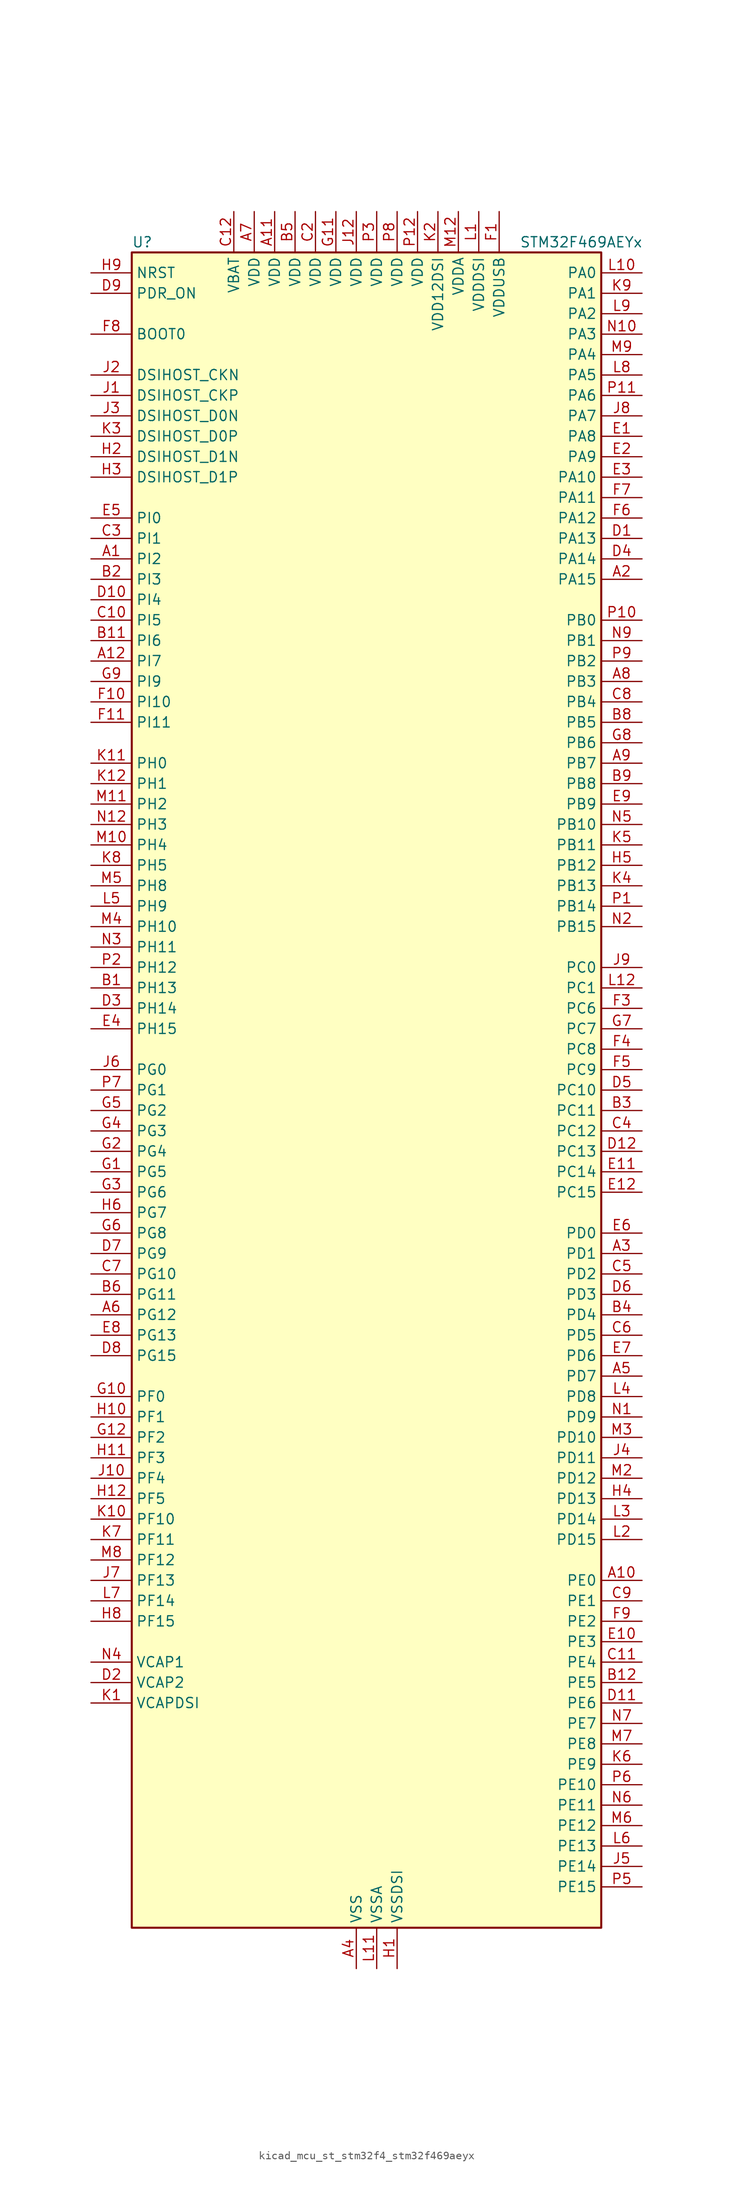
<source format=kicad_sym>
(kicad_symbol_lib
  (version 20220914)
  (generator kicad_symbol_editor)
  (symbol "kicad_mcu_st_stm32f4_stm32f469aeyx"
    (property "Reference" "U"
      (at -27.94 105.41 0)
      (effects (font (size 1.27 1.27)) (justify left)))
    (property "Value" "STM32F469AEYx"
      (at 20.32 105.41 0)
      (effects (font (size 1.27 1.27)) (justify left)))
    (property "ki_locked" ""
      (at 0 0 0)
      (effects (font (size 1.27 1.27))))
    (symbol "kicad_mcu_st_stm32f4_stm32f469aeyx_0_1"
      (rectangle (start -27.94 -104.14) (end 30.48 104.14) (stroke (width 0.254) (type default)) (fill (type background))))
    (symbol "kicad_mcu_st_stm32f4_stm32f469aeyx_1_1"
      (pin bidirectional line (at -33.02 66.04 0) (length 5.08) (name "PI2" (effects (font (size 1.27 1.27)))) (number "A1" (effects (font (size 1.27 1.27)))) (alternate "DCMI_D9" bidirectional line) (alternate "FMC_D26" bidirectional line) (alternate "I2S2_ext_SD" bidirectional line) (alternate "LTDC_G7" bidirectional line) (alternate "SPI2_MISO" bidirectional line) (alternate "TIM8_CH4" bidirectional line))
      (pin bidirectional line (at 35.56 -60.96 180) (length 5.08) (name "PE0" (effects (font (size 1.27 1.27)))) (number "A10" (effects (font (size 1.27 1.27)))) (alternate "DCMI_D2" bidirectional line) (alternate "FMC_NBL0" bidirectional line) (alternate "TIM4_ETR" bidirectional line) (alternate "UART8_RX" bidirectional line))
      (pin power_in line (at -10.16 109.22 270) (length 5.08) (name "VDD" (effects (font (size 1.27 1.27)))) (number "A11" (effects (font (size 1.27 1.27)))))
      (pin bidirectional line (at -33.02 53.34 0) (length 5.08) (name "PI7" (effects (font (size 1.27 1.27)))) (number "A12" (effects (font (size 1.27 1.27)))) (alternate "DCMI_D7" bidirectional line) (alternate "FMC_D29" bidirectional line) (alternate "LTDC_B7" bidirectional line) (alternate "TIM8_CH3" bidirectional line))
      (pin bidirectional line (at 35.56 63.5 180) (length 5.08) (name "PA15" (effects (font (size 1.27 1.27)))) (number "A2" (effects (font (size 1.27 1.27)))) (alternate "ADC1_EXTI15" bidirectional line) (alternate "ADC2_EXTI15" bidirectional line) (alternate "ADC3_EXTI15" bidirectional line) (alternate "I2S3_WS" bidirectional line) (alternate "SPI1_NSS" bidirectional line) (alternate "SPI3_NSS" bidirectional line) (alternate "SYS_JTDI" bidirectional line) (alternate "TIM2_CH1" bidirectional line) (alternate "TIM2_ETR" bidirectional line))
      (pin bidirectional line (at 35.56 -20.32 180) (length 5.08) (name "PD1" (effects (font (size 1.27 1.27)))) (number "A3" (effects (font (size 1.27 1.27)))) (alternate "CAN1_TX" bidirectional line) (alternate "FMC_D3" bidirectional line) (alternate "FMC_DA3" bidirectional line))
      (pin power_in line (at 0 -109.22 90) (length 5.08) (name "VSS" (effects (font (size 1.27 1.27)))) (number "A4" (effects (font (size 1.27 1.27)))))
      (pin bidirectional line (at 35.56 -35.56 180) (length 5.08) (name "PD7" (effects (font (size 1.27 1.27)))) (number "A5" (effects (font (size 1.27 1.27)))) (alternate "FMC_NE1" bidirectional line) (alternate "USART2_CK" bidirectional line))
      (pin bidirectional line (at -33.02 -27.94 0) (length 5.08) (name "PG12" (effects (font (size 1.27 1.27)))) (number "A6" (effects (font (size 1.27 1.27)))) (alternate "FMC_NE4" bidirectional line) (alternate "LTDC_B1" bidirectional line) (alternate "LTDC_B4" bidirectional line) (alternate "SPI6_MISO" bidirectional line) (alternate "USART6_RTS" bidirectional line))
      (pin power_in line (at -12.7 109.22 270) (length 5.08) (name "VDD" (effects (font (size 1.27 1.27)))) (number "A7" (effects (font (size 1.27 1.27)))))
      (pin bidirectional line (at 35.56 50.8 180) (length 5.08) (name "PB3" (effects (font (size 1.27 1.27)))) (number "A8" (effects (font (size 1.27 1.27)))) (alternate "I2S3_CK" bidirectional line) (alternate "SPI1_SCK" bidirectional line) (alternate "SPI3_SCK" bidirectional line) (alternate "SYS_JTDO-SWO" bidirectional line) (alternate "TIM2_CH2" bidirectional line))
      (pin bidirectional line (at 35.56 40.64 180) (length 5.08) (name "PB7" (effects (font (size 1.27 1.27)))) (number "A9" (effects (font (size 1.27 1.27)))) (alternate "DCMI_VSYNC" bidirectional line) (alternate "FMC_NL" bidirectional line) (alternate "I2C1_SDA" bidirectional line) (alternate "TIM4_CH2" bidirectional line) (alternate "USART1_RX" bidirectional line))
      (pin bidirectional line (at -33.02 12.7 0) (length 5.08) (name "PH13" (effects (font (size 1.27 1.27)))) (number "B1" (effects (font (size 1.27 1.27)))) (alternate "CAN1_TX" bidirectional line) (alternate "FMC_D21" bidirectional line) (alternate "LTDC_G2" bidirectional line) (alternate "TIM8_CH1N" bidirectional line))
      (pin passive line (at 0 -109.22 90) (length 5.08) hide (name "VSS" (effects (font (size 1.27 1.27)))) (number "B10" (effects (font (size 1.27 1.27)))))
      (pin bidirectional line (at -33.02 55.88 0) (length 5.08) (name "PI6" (effects (font (size 1.27 1.27)))) (number "B11" (effects (font (size 1.27 1.27)))) (alternate "DCMI_D6" bidirectional line) (alternate "FMC_D28" bidirectional line) (alternate "LTDC_B6" bidirectional line) (alternate "TIM8_CH2" bidirectional line))
      (pin bidirectional line (at 35.56 -73.66 180) (length 5.08) (name "PE5" (effects (font (size 1.27 1.27)))) (number "B12" (effects (font (size 1.27 1.27)))) (alternate "DCMI_D6" bidirectional line) (alternate "FMC_A21" bidirectional line) (alternate "LTDC_G0" bidirectional line) (alternate "SAI1_SCK_A" bidirectional line) (alternate "SPI4_MISO" bidirectional line) (alternate "SYS_TRACED2" bidirectional line) (alternate "TIM9_CH1" bidirectional line))
      (pin bidirectional line (at -33.02 63.5 0) (length 5.08) (name "PI3" (effects (font (size 1.27 1.27)))) (number "B2" (effects (font (size 1.27 1.27)))) (alternate "DCMI_D10" bidirectional line) (alternate "FMC_D27" bidirectional line) (alternate "I2S2_SD" bidirectional line) (alternate "SPI2_MOSI" bidirectional line) (alternate "TIM8_ETR" bidirectional line))
      (pin bidirectional line (at 35.56 -2.54 180) (length 5.08) (name "PC11" (effects (font (size 1.27 1.27)))) (number "B3" (effects (font (size 1.27 1.27)))) (alternate "ADC1_EXTI11" bidirectional line) (alternate "ADC2_EXTI11" bidirectional line) (alternate "ADC3_EXTI11" bidirectional line) (alternate "DCMI_D4" bidirectional line) (alternate "I2S3_ext_SD" bidirectional line) (alternate "QUADSPI_BK2_NCS" bidirectional line) (alternate "SDIO_D3" bidirectional line) (alternate "SPI3_MISO" bidirectional line) (alternate "UART4_RX" bidirectional line) (alternate "USART3_RX" bidirectional line))
      (pin bidirectional line (at 35.56 -27.94 180) (length 5.08) (name "PD4" (effects (font (size 1.27 1.27)))) (number "B4" (effects (font (size 1.27 1.27)))) (alternate "FMC_NOE" bidirectional line) (alternate "USART2_RTS" bidirectional line))
      (pin power_in line (at -7.62 109.22 270) (length 5.08) (name "VDD" (effects (font (size 1.27 1.27)))) (number "B5" (effects (font (size 1.27 1.27)))))
      (pin bidirectional line (at -33.02 -25.4 0) (length 5.08) (name "PG11" (effects (font (size 1.27 1.27)))) (number "B6" (effects (font (size 1.27 1.27)))) (alternate "ADC1_EXTI11" bidirectional line) (alternate "ADC2_EXTI11" bidirectional line) (alternate "ADC3_EXTI11" bidirectional line) (alternate "DCMI_D3" bidirectional line) (alternate "LTDC_B3" bidirectional line))
      (pin passive line (at 0 -109.22 90) (length 5.08) hide (name "VSS" (effects (font (size 1.27 1.27)))) (number "B7" (effects (font (size 1.27 1.27)))))
      (pin bidirectional line (at 35.56 45.72 180) (length 5.08) (name "PB5" (effects (font (size 1.27 1.27)))) (number "B8" (effects (font (size 1.27 1.27)))) (alternate "CAN2_RX" bidirectional line) (alternate "DCMI_D10" bidirectional line) (alternate "FMC_SDCKE1" bidirectional line) (alternate "I2C1_SMBA" bidirectional line) (alternate "I2S3_SD" bidirectional line) (alternate "LTDC_G7" bidirectional line) (alternate "SPI1_MOSI" bidirectional line) (alternate "SPI3_MOSI" bidirectional line) (alternate "TIM3_CH2" bidirectional line) (alternate "USB_OTG_HS_ULPI_D7" bidirectional line))
      (pin bidirectional line (at 35.56 38.1 180) (length 5.08) (name "PB8" (effects (font (size 1.27 1.27)))) (number "B9" (effects (font (size 1.27 1.27)))) (alternate "CAN1_RX" bidirectional line) (alternate "DCMI_D6" bidirectional line) (alternate "I2C1_SCL" bidirectional line) (alternate "LTDC_B6" bidirectional line) (alternate "SDIO_D4" bidirectional line) (alternate "TIM10_CH1" bidirectional line) (alternate "TIM4_CH3" bidirectional line))
      (pin passive line (at 0 -109.22 90) (length 5.08) hide (name "VSS" (effects (font (size 1.27 1.27)))) (number "C1" (effects (font (size 1.27 1.27)))))
      (pin bidirectional line (at -33.02 58.42 0) (length 5.08) (name "PI5" (effects (font (size 1.27 1.27)))) (number "C10" (effects (font (size 1.27 1.27)))) (alternate "DCMI_VSYNC" bidirectional line) (alternate "FMC_NBL3" bidirectional line) (alternate "LTDC_B5" bidirectional line) (alternate "TIM8_CH1" bidirectional line))
      (pin bidirectional line (at 35.56 -71.12 180) (length 5.08) (name "PE4" (effects (font (size 1.27 1.27)))) (number "C11" (effects (font (size 1.27 1.27)))) (alternate "DCMI_D4" bidirectional line) (alternate "FMC_A20" bidirectional line) (alternate "LTDC_B0" bidirectional line) (alternate "SAI1_FS_A" bidirectional line) (alternate "SPI4_NSS" bidirectional line) (alternate "SYS_TRACED1" bidirectional line))
      (pin power_in line (at -15.24 109.22 270) (length 5.08) (name "VBAT" (effects (font (size 1.27 1.27)))) (number "C12" (effects (font (size 1.27 1.27)))))
      (pin power_in line (at -5.08 109.22 270) (length 5.08) (name "VDD" (effects (font (size 1.27 1.27)))) (number "C2" (effects (font (size 1.27 1.27)))))
      (pin bidirectional line (at -33.02 68.58 0) (length 5.08) (name "PI1" (effects (font (size 1.27 1.27)))) (number "C3" (effects (font (size 1.27 1.27)))) (alternate "DCMI_D8" bidirectional line) (alternate "FMC_D25" bidirectional line) (alternate "I2S2_CK" bidirectional line) (alternate "LTDC_G6" bidirectional line) (alternate "SPI2_SCK" bidirectional line))
      (pin bidirectional line (at 35.56 -5.08 180) (length 5.08) (name "PC12" (effects (font (size 1.27 1.27)))) (number "C4" (effects (font (size 1.27 1.27)))) (alternate "DCMI_D9" bidirectional line) (alternate "I2S3_SD" bidirectional line) (alternate "SDIO_CK" bidirectional line) (alternate "SPI3_MOSI" bidirectional line) (alternate "SYS_TRACED3" bidirectional line) (alternate "UART5_TX" bidirectional line) (alternate "USART3_CK" bidirectional line))
      (pin bidirectional line (at 35.56 -22.86 180) (length 5.08) (name "PD2" (effects (font (size 1.27 1.27)))) (number "C5" (effects (font (size 1.27 1.27)))) (alternate "DCMI_D11" bidirectional line) (alternate "SDIO_CMD" bidirectional line) (alternate "SYS_TRACED2" bidirectional line) (alternate "TIM3_ETR" bidirectional line) (alternate "UART5_RX" bidirectional line))
      (pin bidirectional line (at 35.56 -30.48 180) (length 5.08) (name "PD5" (effects (font (size 1.27 1.27)))) (number "C6" (effects (font (size 1.27 1.27)))) (alternate "FMC_NWE" bidirectional line) (alternate "USART2_TX" bidirectional line))
      (pin bidirectional line (at -33.02 -22.86 0) (length 5.08) (name "PG10" (effects (font (size 1.27 1.27)))) (number "C7" (effects (font (size 1.27 1.27)))) (alternate "DCMI_D2" bidirectional line) (alternate "FMC_NE3" bidirectional line) (alternate "LTDC_B2" bidirectional line) (alternate "LTDC_G3" bidirectional line))
      (pin bidirectional line (at 35.56 48.26 180) (length 5.08) (name "PB4" (effects (font (size 1.27 1.27)))) (number "C8" (effects (font (size 1.27 1.27)))) (alternate "I2S3_ext_SD" bidirectional line) (alternate "SPI1_MISO" bidirectional line) (alternate "SPI3_MISO" bidirectional line) (alternate "SYS_JTRST" bidirectional line) (alternate "TIM3_CH1" bidirectional line))
      (pin bidirectional line (at 35.56 -63.5 180) (length 5.08) (name "PE1" (effects (font (size 1.27 1.27)))) (number "C9" (effects (font (size 1.27 1.27)))) (alternate "DCMI_D3" bidirectional line) (alternate "FMC_NBL1" bidirectional line) (alternate "UART8_TX" bidirectional line))
      (pin bidirectional line (at 35.56 68.58 180) (length 5.08) (name "PA13" (effects (font (size 1.27 1.27)))) (number "D1" (effects (font (size 1.27 1.27)))) (alternate "SYS_JTMS-SWDIO" bidirectional line))
      (pin bidirectional line (at -33.02 60.96 0) (length 5.08) (name "PI4" (effects (font (size 1.27 1.27)))) (number "D10" (effects (font (size 1.27 1.27)))) (alternate "DCMI_D5" bidirectional line) (alternate "FMC_NBL2" bidirectional line) (alternate "LTDC_B4" bidirectional line) (alternate "TIM8_BKIN" bidirectional line))
      (pin bidirectional line (at 35.56 -76.2 180) (length 5.08) (name "PE6" (effects (font (size 1.27 1.27)))) (number "D11" (effects (font (size 1.27 1.27)))) (alternate "DCMI_D7" bidirectional line) (alternate "FMC_A22" bidirectional line) (alternate "LTDC_G1" bidirectional line) (alternate "SAI1_SD_A" bidirectional line) (alternate "SPI4_MOSI" bidirectional line) (alternate "SYS_TRACED3" bidirectional line) (alternate "TIM9_CH2" bidirectional line))
      (pin bidirectional line (at 35.56 -7.62 180) (length 5.08) (name "PC13" (effects (font (size 1.27 1.27)))) (number "D12" (effects (font (size 1.27 1.27)))) (alternate "RTC_AF1" bidirectional line))
      (pin power_out line (at -33.02 -73.66 0) (length 5.08) (name "VCAP2" (effects (font (size 1.27 1.27)))) (number "D2" (effects (font (size 1.27 1.27)))))
      (pin bidirectional line (at -33.02 10.16 0) (length 5.08) (name "PH14" (effects (font (size 1.27 1.27)))) (number "D3" (effects (font (size 1.27 1.27)))) (alternate "DCMI_D4" bidirectional line) (alternate "FMC_D22" bidirectional line) (alternate "LTDC_G3" bidirectional line) (alternate "TIM8_CH2N" bidirectional line))
      (pin bidirectional line (at 35.56 66.04 180) (length 5.08) (name "PA14" (effects (font (size 1.27 1.27)))) (number "D4" (effects (font (size 1.27 1.27)))) (alternate "SYS_JTCK-SWCLK" bidirectional line))
      (pin bidirectional line (at 35.56 0 180) (length 5.08) (name "PC10" (effects (font (size 1.27 1.27)))) (number "D5" (effects (font (size 1.27 1.27)))) (alternate "DCMI_D8" bidirectional line) (alternate "I2S3_CK" bidirectional line) (alternate "LTDC_R2" bidirectional line) (alternate "QUADSPI_BK1_IO1" bidirectional line) (alternate "SDIO_D2" bidirectional line) (alternate "SPI3_SCK" bidirectional line) (alternate "UART4_TX" bidirectional line) (alternate "USART3_TX" bidirectional line))
      (pin bidirectional line (at 35.56 -25.4 180) (length 5.08) (name "PD3" (effects (font (size 1.27 1.27)))) (number "D6" (effects (font (size 1.27 1.27)))) (alternate "DCMI_D5" bidirectional line) (alternate "FMC_CLK" bidirectional line) (alternate "I2S2_CK" bidirectional line) (alternate "LTDC_G7" bidirectional line) (alternate "SPI2_SCK" bidirectional line) (alternate "USART2_CTS" bidirectional line))
      (pin bidirectional line (at -33.02 -20.32 0) (length 5.08) (name "PG9" (effects (font (size 1.27 1.27)))) (number "D7" (effects (font (size 1.27 1.27)))) (alternate "DAC_EXTI9" bidirectional line) (alternate "DCMI_VSYNC" bidirectional line) (alternate "FMC_NCE" bidirectional line) (alternate "FMC_NE2" bidirectional line) (alternate "QUADSPI_BK2_IO2" bidirectional line) (alternate "USART6_RX" bidirectional line))
      (pin bidirectional line (at -33.02 -33.02 0) (length 5.08) (name "PG15" (effects (font (size 1.27 1.27)))) (number "D8" (effects (font (size 1.27 1.27)))) (alternate "ADC1_EXTI15" bidirectional line) (alternate "ADC2_EXTI15" bidirectional line) (alternate "ADC3_EXTI15" bidirectional line) (alternate "DCMI_D13" bidirectional line) (alternate "FMC_SDNCAS" bidirectional line) (alternate "USART6_CTS" bidirectional line))
      (pin input line (at -33.02 99.06 0) (length 5.08) (name "PDR_ON" (effects (font (size 1.27 1.27)))) (number "D9" (effects (font (size 1.27 1.27)))))
      (pin bidirectional line (at 35.56 81.28 180) (length 5.08) (name "PA8" (effects (font (size 1.27 1.27)))) (number "E1" (effects (font (size 1.27 1.27)))) (alternate "I2C3_SCL" bidirectional line) (alternate "LTDC_R6" bidirectional line) (alternate "RCC_MCO_1" bidirectional line) (alternate "TIM1_CH1" bidirectional line) (alternate "USART1_CK" bidirectional line) (alternate "USB_OTG_FS_SOF" bidirectional line))
      (pin bidirectional line (at 35.56 -68.58 180) (length 5.08) (name "PE3" (effects (font (size 1.27 1.27)))) (number "E10" (effects (font (size 1.27 1.27)))) (alternate "FMC_A19" bidirectional line) (alternate "SAI1_SD_B" bidirectional line) (alternate "SYS_TRACED0" bidirectional line))
      (pin bidirectional line (at 35.56 -10.16 180) (length 5.08) (name "PC14" (effects (font (size 1.27 1.27)))) (number "E11" (effects (font (size 1.27 1.27)))) (alternate "RCC_OSC32_IN" bidirectional line))
      (pin bidirectional line (at 35.56 -12.7 180) (length 5.08) (name "PC15" (effects (font (size 1.27 1.27)))) (number "E12" (effects (font (size 1.27 1.27)))) (alternate "ADC1_EXTI15" bidirectional line) (alternate "ADC2_EXTI15" bidirectional line) (alternate "ADC3_EXTI15" bidirectional line) (alternate "RCC_OSC32_OUT" bidirectional line))
      (pin bidirectional line (at 35.56 78.74 180) (length 5.08) (name "PA9" (effects (font (size 1.27 1.27)))) (number "E2" (effects (font (size 1.27 1.27)))) (alternate "DAC_EXTI9" bidirectional line) (alternate "DCMI_D0" bidirectional line) (alternate "I2C3_SMBA" bidirectional line) (alternate "I2S2_CK" bidirectional line) (alternate "SPI2_SCK" bidirectional line) (alternate "TIM1_CH2" bidirectional line) (alternate "USART1_TX" bidirectional line) (alternate "USB_OTG_FS_VBUS" bidirectional line))
      (pin bidirectional line (at 35.56 76.2 180) (length 5.08) (name "PA10" (effects (font (size 1.27 1.27)))) (number "E3" (effects (font (size 1.27 1.27)))) (alternate "DCMI_D1" bidirectional line) (alternate "TIM1_CH3" bidirectional line) (alternate "USART1_RX" bidirectional line) (alternate "USB_OTG_FS_ID" bidirectional line))
      (pin bidirectional line (at -33.02 7.62 0) (length 5.08) (name "PH15" (effects (font (size 1.27 1.27)))) (number "E4" (effects (font (size 1.27 1.27)))) (alternate "ADC1_EXTI15" bidirectional line) (alternate "ADC2_EXTI15" bidirectional line) (alternate "ADC3_EXTI15" bidirectional line) (alternate "DCMI_D11" bidirectional line) (alternate "FMC_D23" bidirectional line) (alternate "LTDC_G4" bidirectional line) (alternate "TIM8_CH3N" bidirectional line))
      (pin bidirectional line (at -33.02 71.12 0) (length 5.08) (name "PI0" (effects (font (size 1.27 1.27)))) (number "E5" (effects (font (size 1.27 1.27)))) (alternate "DCMI_D13" bidirectional line) (alternate "FMC_D24" bidirectional line) (alternate "I2S2_WS" bidirectional line) (alternate "LTDC_G5" bidirectional line) (alternate "SPI2_NSS" bidirectional line) (alternate "TIM5_CH4" bidirectional line))
      (pin bidirectional line (at 35.56 -17.78 180) (length 5.08) (name "PD0" (effects (font (size 1.27 1.27)))) (number "E6" (effects (font (size 1.27 1.27)))) (alternate "CAN1_RX" bidirectional line) (alternate "FMC_D2" bidirectional line) (alternate "FMC_DA2" bidirectional line))
      (pin bidirectional line (at 35.56 -33.02 180) (length 5.08) (name "PD6" (effects (font (size 1.27 1.27)))) (number "E7" (effects (font (size 1.27 1.27)))) (alternate "DCMI_D10" bidirectional line) (alternate "FMC_NWAIT" bidirectional line) (alternate "I2S3_SD" bidirectional line) (alternate "LTDC_B2" bidirectional line) (alternate "SAI1_SD_A" bidirectional line) (alternate "SPI3_MOSI" bidirectional line) (alternate "USART2_RX" bidirectional line))
      (pin bidirectional line (at -33.02 -30.48 0) (length 5.08) (name "PG13" (effects (font (size 1.27 1.27)))) (number "E8" (effects (font (size 1.27 1.27)))) (alternate "FMC_A24" bidirectional line) (alternate "LTDC_R0" bidirectional line) (alternate "SPI6_SCK" bidirectional line) (alternate "SYS_TRACED0" bidirectional line) (alternate "USART6_CTS" bidirectional line))
      (pin bidirectional line (at 35.56 35.56 180) (length 5.08) (name "PB9" (effects (font (size 1.27 1.27)))) (number "E9" (effects (font (size 1.27 1.27)))) (alternate "CAN1_TX" bidirectional line) (alternate "DAC_EXTI9" bidirectional line) (alternate "DCMI_D7" bidirectional line) (alternate "I2C1_SDA" bidirectional line) (alternate "I2S2_WS" bidirectional line) (alternate "LTDC_B7" bidirectional line) (alternate "SDIO_D5" bidirectional line) (alternate "SPI2_NSS" bidirectional line) (alternate "TIM11_CH1" bidirectional line) (alternate "TIM4_CH4" bidirectional line))
      (pin power_in line (at 17.78 109.22 270) (length 5.08) (name "VDDUSB" (effects (font (size 1.27 1.27)))) (number "F1" (effects (font (size 1.27 1.27)))))
      (pin bidirectional line (at -33.02 48.26 0) (length 5.08) (name "PI10" (effects (font (size 1.27 1.27)))) (number "F10" (effects (font (size 1.27 1.27)))) (alternate "FMC_D31" bidirectional line) (alternate "LTDC_HSYNC" bidirectional line))
      (pin bidirectional line (at -33.02 45.72 0) (length 5.08) (name "PI11" (effects (font (size 1.27 1.27)))) (number "F11" (effects (font (size 1.27 1.27)))) (alternate "ADC1_EXTI11" bidirectional line) (alternate "ADC2_EXTI11" bidirectional line) (alternate "ADC3_EXTI11" bidirectional line) (alternate "LTDC_G6" bidirectional line) (alternate "USB_OTG_HS_ULPI_DIR" bidirectional line))
      (pin passive line (at 0 -109.22 90) (length 5.08) hide (name "VSS" (effects (font (size 1.27 1.27)))) (number "F12" (effects (font (size 1.27 1.27)))))
      (pin passive line (at 0 -109.22 90) (length 5.08) hide (name "VSS" (effects (font (size 1.27 1.27)))) (number "F2" (effects (font (size 1.27 1.27)))))
      (pin bidirectional line (at 35.56 10.16 180) (length 5.08) (name "PC6" (effects (font (size 1.27 1.27)))) (number "F3" (effects (font (size 1.27 1.27)))) (alternate "DCMI_D0" bidirectional line) (alternate "I2S2_MCK" bidirectional line) (alternate "LTDC_HSYNC" bidirectional line) (alternate "SDIO_D6" bidirectional line) (alternate "TIM3_CH1" bidirectional line) (alternate "TIM8_CH1" bidirectional line) (alternate "USART6_TX" bidirectional line))
      (pin bidirectional line (at 35.56 5.08 180) (length 5.08) (name "PC8" (effects (font (size 1.27 1.27)))) (number "F4" (effects (font (size 1.27 1.27)))) (alternate "DCMI_D2" bidirectional line) (alternate "SDIO_D0" bidirectional line) (alternate "SYS_TRACED1" bidirectional line) (alternate "TIM3_CH3" bidirectional line) (alternate "TIM8_CH3" bidirectional line) (alternate "USART6_CK" bidirectional line))
      (pin bidirectional line (at 35.56 2.54 180) (length 5.08) (name "PC9" (effects (font (size 1.27 1.27)))) (number "F5" (effects (font (size 1.27 1.27)))) (alternate "DAC_EXTI9" bidirectional line) (alternate "DCMI_D3" bidirectional line) (alternate "I2C3_SDA" bidirectional line) (alternate "I2S_CKIN" bidirectional line) (alternate "QUADSPI_BK1_IO0" bidirectional line) (alternate "RCC_MCO_2" bidirectional line) (alternate "SDIO_D1" bidirectional line) (alternate "TIM3_CH4" bidirectional line) (alternate "TIM8_CH4" bidirectional line))
      (pin bidirectional line (at 35.56 71.12 180) (length 5.08) (name "PA12" (effects (font (size 1.27 1.27)))) (number "F6" (effects (font (size 1.27 1.27)))) (alternate "CAN1_TX" bidirectional line) (alternate "LTDC_R5" bidirectional line) (alternate "TIM1_ETR" bidirectional line) (alternate "USART1_RTS" bidirectional line) (alternate "USB_OTG_FS_DP" bidirectional line))
      (pin bidirectional line (at 35.56 73.66 180) (length 5.08) (name "PA11" (effects (font (size 1.27 1.27)))) (number "F7" (effects (font (size 1.27 1.27)))) (alternate "ADC1_EXTI11" bidirectional line) (alternate "ADC2_EXTI11" bidirectional line) (alternate "ADC3_EXTI11" bidirectional line) (alternate "CAN1_RX" bidirectional line) (alternate "LTDC_R4" bidirectional line) (alternate "TIM1_CH4" bidirectional line) (alternate "USART1_CTS" bidirectional line) (alternate "USB_OTG_FS_DM" bidirectional line))
      (pin input line (at -33.02 93.98 0) (length 5.08) (name "BOOT0" (effects (font (size 1.27 1.27)))) (number "F8" (effects (font (size 1.27 1.27)))))
      (pin bidirectional line (at 35.56 -66.04 180) (length 5.08) (name "PE2" (effects (font (size 1.27 1.27)))) (number "F9" (effects (font (size 1.27 1.27)))) (alternate "FMC_A23" bidirectional line) (alternate "QUADSPI_BK1_IO2" bidirectional line) (alternate "SAI1_MCLK_A" bidirectional line) (alternate "SPI4_SCK" bidirectional line) (alternate "SYS_TRACECLK" bidirectional line))
      (pin bidirectional line (at -33.02 -10.16 0) (length 5.08) (name "PG5" (effects (font (size 1.27 1.27)))) (number "G1" (effects (font (size 1.27 1.27)))) (alternate "FMC_A15" bidirectional line) (alternate "FMC_BA1" bidirectional line))
      (pin bidirectional line (at -33.02 -38.1 0) (length 5.08) (name "PF0" (effects (font (size 1.27 1.27)))) (number "G10" (effects (font (size 1.27 1.27)))) (alternate "FMC_A0" bidirectional line) (alternate "I2C2_SDA" bidirectional line))
      (pin power_in line (at -2.54 109.22 270) (length 5.08) (name "VDD" (effects (font (size 1.27 1.27)))) (number "G11" (effects (font (size 1.27 1.27)))))
      (pin bidirectional line (at -33.02 -43.18 0) (length 5.08) (name "PF2" (effects (font (size 1.27 1.27)))) (number "G12" (effects (font (size 1.27 1.27)))) (alternate "FMC_A2" bidirectional line) (alternate "I2C2_SMBA" bidirectional line))
      (pin bidirectional line (at -33.02 -7.62 0) (length 5.08) (name "PG4" (effects (font (size 1.27 1.27)))) (number "G2" (effects (font (size 1.27 1.27)))) (alternate "FMC_A14" bidirectional line) (alternate "FMC_BA0" bidirectional line))
      (pin bidirectional line (at -33.02 -12.7 0) (length 5.08) (name "PG6" (effects (font (size 1.27 1.27)))) (number "G3" (effects (font (size 1.27 1.27)))) (alternate "DCMI_D12" bidirectional line) (alternate "LTDC_R7" bidirectional line))
      (pin bidirectional line (at -33.02 -5.08 0) (length 5.08) (name "PG3" (effects (font (size 1.27 1.27)))) (number "G4" (effects (font (size 1.27 1.27)))) (alternate "FMC_A13" bidirectional line))
      (pin bidirectional line (at -33.02 -2.54 0) (length 5.08) (name "PG2" (effects (font (size 1.27 1.27)))) (number "G5" (effects (font (size 1.27 1.27)))) (alternate "FMC_A12" bidirectional line))
      (pin bidirectional line (at -33.02 -17.78 0) (length 5.08) (name "PG8" (effects (font (size 1.27 1.27)))) (number "G6" (effects (font (size 1.27 1.27)))) (alternate "FMC_SDCLK" bidirectional line) (alternate "LTDC_G7" bidirectional line) (alternate "SPI6_NSS" bidirectional line) (alternate "USART6_RTS" bidirectional line))
      (pin bidirectional line (at 35.56 7.62 180) (length 5.08) (name "PC7" (effects (font (size 1.27 1.27)))) (number "G7" (effects (font (size 1.27 1.27)))) (alternate "DCMI_D1" bidirectional line) (alternate "I2S3_MCK" bidirectional line) (alternate "LTDC_G6" bidirectional line) (alternate "SDIO_D7" bidirectional line) (alternate "TIM3_CH2" bidirectional line) (alternate "TIM8_CH2" bidirectional line) (alternate "USART6_RX" bidirectional line))
      (pin bidirectional line (at 35.56 43.18 180) (length 5.08) (name "PB6" (effects (font (size 1.27 1.27)))) (number "G8" (effects (font (size 1.27 1.27)))) (alternate "CAN2_TX" bidirectional line) (alternate "DCMI_D5" bidirectional line) (alternate "FMC_SDNE1" bidirectional line) (alternate "I2C1_SCL" bidirectional line) (alternate "QUADSPI_BK1_NCS" bidirectional line) (alternate "TIM4_CH1" bidirectional line) (alternate "USART1_TX" bidirectional line))
      (pin bidirectional line (at -33.02 50.8 0) (length 5.08) (name "PI9" (effects (font (size 1.27 1.27)))) (number "G9" (effects (font (size 1.27 1.27)))) (alternate "CAN1_RX" bidirectional line) (alternate "DAC_EXTI9" bidirectional line) (alternate "FMC_D30" bidirectional line) (alternate "LTDC_VSYNC" bidirectional line))
      (pin power_in line (at 5.08 -109.22 90) (length 5.08) (name "VSSDSI" (effects (font (size 1.27 1.27)))) (number "H1" (effects (font (size 1.27 1.27)))))
      (pin bidirectional line (at -33.02 -40.64 0) (length 5.08) (name "PF1" (effects (font (size 1.27 1.27)))) (number "H10" (effects (font (size 1.27 1.27)))) (alternate "FMC_A1" bidirectional line) (alternate "I2C2_SCL" bidirectional line))
      (pin bidirectional line (at -33.02 -45.72 0) (length 5.08) (name "PF3" (effects (font (size 1.27 1.27)))) (number "H11" (effects (font (size 1.27 1.27)))) (alternate "ADC3_IN9" bidirectional line) (alternate "FMC_A3" bidirectional line))
      (pin bidirectional line (at -33.02 -50.8 0) (length 5.08) (name "PF5" (effects (font (size 1.27 1.27)))) (number "H12" (effects (font (size 1.27 1.27)))) (alternate "ADC3_IN15" bidirectional line) (alternate "FMC_A5" bidirectional line))
      (pin bidirectional line (at -33.02 78.74 0) (length 5.08) (name "DSIHOST_D1N" (effects (font (size 1.27 1.27)))) (number "H2" (effects (font (size 1.27 1.27)))) (alternate "DSIHOST_D1N" bidirectional line))
      (pin bidirectional line (at -33.02 76.2 0) (length 5.08) (name "DSIHOST_D1P" (effects (font (size 1.27 1.27)))) (number "H3" (effects (font (size 1.27 1.27)))) (alternate "DSIHOST_D1P" bidirectional line))
      (pin bidirectional line (at 35.56 -50.8 180) (length 5.08) (name "PD13" (effects (font (size 1.27 1.27)))) (number "H4" (effects (font (size 1.27 1.27)))) (alternate "FMC_A18" bidirectional line) (alternate "QUADSPI_BK1_IO3" bidirectional line) (alternate "TIM4_CH2" bidirectional line))
      (pin bidirectional line (at 35.56 27.94 180) (length 5.08) (name "PB12" (effects (font (size 1.27 1.27)))) (number "H5" (effects (font (size 1.27 1.27)))) (alternate "CAN2_RX" bidirectional line) (alternate "I2C2_SMBA" bidirectional line) (alternate "I2S2_WS" bidirectional line) (alternate "SPI2_NSS" bidirectional line) (alternate "TIM1_BKIN" bidirectional line) (alternate "USART3_CK" bidirectional line) (alternate "USB_OTG_HS_ID" bidirectional line) (alternate "USB_OTG_HS_ULPI_D5" bidirectional line))
      (pin bidirectional line (at -33.02 -15.24 0) (length 5.08) (name "PG7" (effects (font (size 1.27 1.27)))) (number "H6" (effects (font (size 1.27 1.27)))) (alternate "DCMI_D13" bidirectional line) (alternate "FMC_INT" bidirectional line) (alternate "LTDC_CLK" bidirectional line) (alternate "SAI1_MCLK_A" bidirectional line) (alternate "USART6_CK" bidirectional line))
      (pin passive line (at 0 -109.22 90) (length 5.08) hide (name "VSS" (effects (font (size 1.27 1.27)))) (number "H7" (effects (font (size 1.27 1.27)))))
      (pin bidirectional line (at -33.02 -66.04 0) (length 5.08) (name "PF15" (effects (font (size 1.27 1.27)))) (number "H8" (effects (font (size 1.27 1.27)))) (alternate "ADC1_EXTI15" bidirectional line) (alternate "ADC2_EXTI15" bidirectional line) (alternate "ADC3_EXTI15" bidirectional line) (alternate "FMC_A9" bidirectional line))
      (pin input line (at -33.02 101.6 0) (length 5.08) (name "NRST" (effects (font (size 1.27 1.27)))) (number "H9" (effects (font (size 1.27 1.27)))))
      (pin bidirectional line (at -33.02 86.36 0) (length 5.08) (name "DSIHOST_CKP" (effects (font (size 1.27 1.27)))) (number "J1" (effects (font (size 1.27 1.27)))) (alternate "DSIHOST_CKP" bidirectional line))
      (pin bidirectional line (at -33.02 -48.26 0) (length 5.08) (name "PF4" (effects (font (size 1.27 1.27)))) (number "J10" (effects (font (size 1.27 1.27)))) (alternate "ADC3_IN14" bidirectional line) (alternate "FMC_A4" bidirectional line))
      (pin passive line (at 0 -109.22 90) (length 5.08) hide (name "VSS" (effects (font (size 1.27 1.27)))) (number "J11" (effects (font (size 1.27 1.27)))))
      (pin power_in line (at 0 109.22 270) (length 5.08) (name "VDD" (effects (font (size 1.27 1.27)))) (number "J12" (effects (font (size 1.27 1.27)))))
      (pin bidirectional line (at -33.02 88.9 0) (length 5.08) (name "DSIHOST_CKN" (effects (font (size 1.27 1.27)))) (number "J2" (effects (font (size 1.27 1.27)))) (alternate "DSIHOST_CKN" bidirectional line))
      (pin bidirectional line (at -33.02 83.82 0) (length 5.08) (name "DSIHOST_D0N" (effects (font (size 1.27 1.27)))) (number "J3" (effects (font (size 1.27 1.27)))) (alternate "DSIHOST_D0N" bidirectional line))
      (pin bidirectional line (at 35.56 -45.72 180) (length 5.08) (name "PD11" (effects (font (size 1.27 1.27)))) (number "J4" (effects (font (size 1.27 1.27)))) (alternate "ADC1_EXTI11" bidirectional line) (alternate "ADC2_EXTI11" bidirectional line) (alternate "ADC3_EXTI11" bidirectional line) (alternate "FMC_A16" bidirectional line) (alternate "FMC_CLE" bidirectional line) (alternate "QUADSPI_BK1_IO0" bidirectional line) (alternate "USART3_CTS" bidirectional line))
      (pin bidirectional line (at 35.56 -96.52 180) (length 5.08) (name "PE14" (effects (font (size 1.27 1.27)))) (number "J5" (effects (font (size 1.27 1.27)))) (alternate "FMC_D11" bidirectional line) (alternate "FMC_DA11" bidirectional line) (alternate "LTDC_CLK" bidirectional line) (alternate "SPI4_MOSI" bidirectional line) (alternate "TIM1_CH4" bidirectional line))
      (pin bidirectional line (at -33.02 2.54 0) (length 5.08) (name "PG0" (effects (font (size 1.27 1.27)))) (number "J6" (effects (font (size 1.27 1.27)))) (alternate "FMC_A10" bidirectional line))
      (pin bidirectional line (at -33.02 -60.96 0) (length 5.08) (name "PF13" (effects (font (size 1.27 1.27)))) (number "J7" (effects (font (size 1.27 1.27)))) (alternate "FMC_A7" bidirectional line))
      (pin bidirectional line (at 35.56 83.82 180) (length 5.08) (name "PA7" (effects (font (size 1.27 1.27)))) (number "J8" (effects (font (size 1.27 1.27)))) (alternate "ADC1_IN7" bidirectional line) (alternate "ADC2_IN7" bidirectional line) (alternate "FMC_SDNWE" bidirectional line) (alternate "QUADSPI_CLK" bidirectional line) (alternate "SPI1_MOSI" bidirectional line) (alternate "TIM14_CH1" bidirectional line) (alternate "TIM1_CH1N" bidirectional line) (alternate "TIM3_CH2" bidirectional line) (alternate "TIM8_CH1N" bidirectional line))
      (pin bidirectional line (at 35.56 15.24 180) (length 5.08) (name "PC0" (effects (font (size 1.27 1.27)))) (number "J9" (effects (font (size 1.27 1.27)))) (alternate "ADC1_IN10" bidirectional line) (alternate "ADC2_IN10" bidirectional line) (alternate "ADC3_IN10" bidirectional line) (alternate "FMC_SDNWE" bidirectional line) (alternate "LTDC_R5" bidirectional line) (alternate "USB_OTG_HS_ULPI_STP" bidirectional line))
      (pin power_out line (at -33.02 -76.2 0) (length 5.08) (name "VCAPDSI" (effects (font (size 1.27 1.27)))) (number "K1" (effects (font (size 1.27 1.27)))))
      (pin bidirectional line (at -33.02 -53.34 0) (length 5.08) (name "PF10" (effects (font (size 1.27 1.27)))) (number "K10" (effects (font (size 1.27 1.27)))) (alternate "ADC3_IN8" bidirectional line) (alternate "DCMI_D11" bidirectional line) (alternate "LTDC_DE" bidirectional line) (alternate "QUADSPI_CLK" bidirectional line))
      (pin bidirectional line (at -33.02 40.64 0) (length 5.08) (name "PH0" (effects (font (size 1.27 1.27)))) (number "K11" (effects (font (size 1.27 1.27)))) (alternate "RCC_OSC_IN" bidirectional line))
      (pin bidirectional line (at -33.02 38.1 0) (length 5.08) (name "PH1" (effects (font (size 1.27 1.27)))) (number "K12" (effects (font (size 1.27 1.27)))) (alternate "RCC_OSC_OUT" bidirectional line))
      (pin power_in line (at 10.16 109.22 270) (length 5.08) (name "VDD12DSI" (effects (font (size 1.27 1.27)))) (number "K2" (effects (font (size 1.27 1.27)))))
      (pin bidirectional line (at -33.02 81.28 0) (length 5.08) (name "DSIHOST_D0P" (effects (font (size 1.27 1.27)))) (number "K3" (effects (font (size 1.27 1.27)))) (alternate "DSIHOST_D0P" bidirectional line))
      (pin bidirectional line (at 35.56 25.4 180) (length 5.08) (name "PB13" (effects (font (size 1.27 1.27)))) (number "K4" (effects (font (size 1.27 1.27)))) (alternate "CAN2_TX" bidirectional line) (alternate "I2S2_CK" bidirectional line) (alternate "SPI2_SCK" bidirectional line) (alternate "TIM1_CH1N" bidirectional line) (alternate "USART3_CTS" bidirectional line) (alternate "USB_OTG_HS_ULPI_D6" bidirectional line) (alternate "USB_OTG_HS_VBUS" bidirectional line))
      (pin bidirectional line (at 35.56 30.48 180) (length 5.08) (name "PB11" (effects (font (size 1.27 1.27)))) (number "K5" (effects (font (size 1.27 1.27)))) (alternate "ADC1_EXTI11" bidirectional line) (alternate "ADC2_EXTI11" bidirectional line) (alternate "ADC3_EXTI11" bidirectional line) (alternate "DSIHOST_TE" bidirectional line) (alternate "I2C2_SDA" bidirectional line) (alternate "LTDC_G5" bidirectional line) (alternate "TIM2_CH4" bidirectional line) (alternate "USART3_RX" bidirectional line) (alternate "USB_OTG_HS_ULPI_D4" bidirectional line))
      (pin bidirectional line (at 35.56 -83.82 180) (length 5.08) (name "PE9" (effects (font (size 1.27 1.27)))) (number "K6" (effects (font (size 1.27 1.27)))) (alternate "DAC_EXTI9" bidirectional line) (alternate "FMC_D6" bidirectional line) (alternate "FMC_DA6" bidirectional line) (alternate "QUADSPI_BK2_IO2" bidirectional line) (alternate "TIM1_CH1" bidirectional line))
      (pin bidirectional line (at -33.02 -55.88 0) (length 5.08) (name "PF11" (effects (font (size 1.27 1.27)))) (number "K7" (effects (font (size 1.27 1.27)))) (alternate "ADC1_EXTI11" bidirectional line) (alternate "ADC2_EXTI11" bidirectional line) (alternate "ADC3_EXTI11" bidirectional line) (alternate "DCMI_D12" bidirectional line) (alternate "FMC_SDNRAS" bidirectional line))
      (pin bidirectional line (at -33.02 27.94 0) (length 5.08) (name "PH5" (effects (font (size 1.27 1.27)))) (number "K8" (effects (font (size 1.27 1.27)))) (alternate "FMC_SDNWE" bidirectional line) (alternate "I2C2_SDA" bidirectional line))
      (pin bidirectional line (at 35.56 99.06 180) (length 5.08) (name "PA1" (effects (font (size 1.27 1.27)))) (number "K9" (effects (font (size 1.27 1.27)))) (alternate "ADC1_IN1" bidirectional line) (alternate "ADC2_IN1" bidirectional line) (alternate "ADC3_IN1" bidirectional line) (alternate "LTDC_R2" bidirectional line) (alternate "QUADSPI_BK1_IO3" bidirectional line) (alternate "TIM2_CH2" bidirectional line) (alternate "TIM5_CH2" bidirectional line) (alternate "UART4_RX" bidirectional line) (alternate "USART2_RTS" bidirectional line))
      (pin power_in line (at 15.24 109.22 270) (length 5.08) (name "VDDDSI" (effects (font (size 1.27 1.27)))) (number "L1" (effects (font (size 1.27 1.27)))))
      (pin bidirectional line (at 35.56 101.6 180) (length 5.08) (name "PA0" (effects (font (size 1.27 1.27)))) (number "L10" (effects (font (size 1.27 1.27)))) (alternate "ADC1_IN0" bidirectional line) (alternate "ADC2_IN0" bidirectional line) (alternate "ADC3_IN0" bidirectional line) (alternate "SYS_WKUP" bidirectional line) (alternate "TIM2_CH1" bidirectional line) (alternate "TIM2_ETR" bidirectional line) (alternate "TIM5_CH1" bidirectional line) (alternate "TIM8_ETR" bidirectional line) (alternate "UART4_TX" bidirectional line) (alternate "USART2_CTS" bidirectional line))
      (pin power_in line (at 2.54 -109.22 90) (length 5.08) (name "VSSA" (effects (font (size 1.27 1.27)))) (number "L11" (effects (font (size 1.27 1.27)))))
      (pin bidirectional line (at 35.56 12.7 180) (length 5.08) (name "PC1" (effects (font (size 1.27 1.27)))) (number "L12" (effects (font (size 1.27 1.27)))) (alternate "ADC1_IN11" bidirectional line) (alternate "ADC2_IN11" bidirectional line) (alternate "ADC3_IN11" bidirectional line) (alternate "I2S2_SD" bidirectional line) (alternate "SAI1_SD_A" bidirectional line) (alternate "SPI2_MOSI" bidirectional line) (alternate "SYS_TRACED0" bidirectional line))
      (pin bidirectional line (at 35.56 -55.88 180) (length 5.08) (name "PD15" (effects (font (size 1.27 1.27)))) (number "L2" (effects (font (size 1.27 1.27)))) (alternate "ADC1_EXTI15" bidirectional line) (alternate "ADC2_EXTI15" bidirectional line) (alternate "ADC3_EXTI15" bidirectional line) (alternate "FMC_D1" bidirectional line) (alternate "FMC_DA1" bidirectional line) (alternate "TIM4_CH4" bidirectional line))
      (pin bidirectional line (at 35.56 -53.34 180) (length 5.08) (name "PD14" (effects (font (size 1.27 1.27)))) (number "L3" (effects (font (size 1.27 1.27)))) (alternate "FMC_D0" bidirectional line) (alternate "FMC_DA0" bidirectional line) (alternate "TIM4_CH3" bidirectional line))
      (pin bidirectional line (at 35.56 -38.1 180) (length 5.08) (name "PD8" (effects (font (size 1.27 1.27)))) (number "L4" (effects (font (size 1.27 1.27)))) (alternate "FMC_D13" bidirectional line) (alternate "FMC_DA13" bidirectional line) (alternate "USART3_TX" bidirectional line))
      (pin bidirectional line (at -33.02 22.86 0) (length 5.08) (name "PH9" (effects (font (size 1.27 1.27)))) (number "L5" (effects (font (size 1.27 1.27)))) (alternate "DAC_EXTI9" bidirectional line) (alternate "DCMI_D0" bidirectional line) (alternate "FMC_D17" bidirectional line) (alternate "I2C3_SMBA" bidirectional line) (alternate "LTDC_R3" bidirectional line) (alternate "TIM12_CH2" bidirectional line))
      (pin bidirectional line (at 35.56 -93.98 180) (length 5.08) (name "PE13" (effects (font (size 1.27 1.27)))) (number "L6" (effects (font (size 1.27 1.27)))) (alternate "FMC_D10" bidirectional line) (alternate "FMC_DA10" bidirectional line) (alternate "LTDC_DE" bidirectional line) (alternate "SPI4_MISO" bidirectional line) (alternate "TIM1_CH3" bidirectional line))
      (pin bidirectional line (at -33.02 -63.5 0) (length 5.08) (name "PF14" (effects (font (size 1.27 1.27)))) (number "L7" (effects (font (size 1.27 1.27)))) (alternate "FMC_A8" bidirectional line))
      (pin bidirectional line (at 35.56 88.9 180) (length 5.08) (name "PA5" (effects (font (size 1.27 1.27)))) (number "L8" (effects (font (size 1.27 1.27)))) (alternate "ADC1_IN5" bidirectional line) (alternate "ADC2_IN5" bidirectional line) (alternate "DAC_OUT2" bidirectional line) (alternate "LTDC_R4" bidirectional line) (alternate "SPI1_SCK" bidirectional line) (alternate "TIM2_CH1" bidirectional line) (alternate "TIM2_ETR" bidirectional line) (alternate "TIM8_CH1N" bidirectional line) (alternate "USB_OTG_HS_ULPI_CK" bidirectional line))
      (pin bidirectional line (at 35.56 96.52 180) (length 5.08) (name "PA2" (effects (font (size 1.27 1.27)))) (number "L9" (effects (font (size 1.27 1.27)))) (alternate "ADC1_IN2" bidirectional line) (alternate "ADC2_IN2" bidirectional line) (alternate "ADC3_IN2" bidirectional line) (alternate "LTDC_R1" bidirectional line) (alternate "TIM2_CH3" bidirectional line) (alternate "TIM5_CH3" bidirectional line) (alternate "TIM9_CH1" bidirectional line) (alternate "USART2_TX" bidirectional line))
      (pin passive line (at 0 -109.22 90) (length 5.08) hide (name "VSS" (effects (font (size 1.27 1.27)))) (number "M1" (effects (font (size 1.27 1.27)))))
      (pin bidirectional line (at -33.02 30.48 0) (length 5.08) (name "PH4" (effects (font (size 1.27 1.27)))) (number "M10" (effects (font (size 1.27 1.27)))) (alternate "I2C2_SCL" bidirectional line) (alternate "LTDC_G4" bidirectional line) (alternate "LTDC_G5" bidirectional line) (alternate "USB_OTG_HS_ULPI_NXT" bidirectional line))
      (pin bidirectional line (at -33.02 35.56 0) (length 5.08) (name "PH2" (effects (font (size 1.27 1.27)))) (number "M11" (effects (font (size 1.27 1.27)))) (alternate "FMC_SDCKE0" bidirectional line) (alternate "LTDC_R0" bidirectional line) (alternate "QUADSPI_BK2_IO0" bidirectional line))
      (pin power_in line (at 12.7 109.22 270) (length 5.08) (name "VDDA" (effects (font (size 1.27 1.27)))) (number "M12" (effects (font (size 1.27 1.27)))))
      (pin bidirectional line (at 35.56 -48.26 180) (length 5.08) (name "PD12" (effects (font (size 1.27 1.27)))) (number "M2" (effects (font (size 1.27 1.27)))) (alternate "FMC_A17" bidirectional line) (alternate "FMC_ALE" bidirectional line) (alternate "QUADSPI_BK1_IO1" bidirectional line) (alternate "TIM4_CH1" bidirectional line) (alternate "USART3_RTS" bidirectional line))
      (pin bidirectional line (at 35.56 -43.18 180) (length 5.08) (name "PD10" (effects (font (size 1.27 1.27)))) (number "M3" (effects (font (size 1.27 1.27)))) (alternate "FMC_D15" bidirectional line) (alternate "FMC_DA15" bidirectional line) (alternate "LTDC_B3" bidirectional line) (alternate "USART3_CK" bidirectional line))
      (pin bidirectional line (at -33.02 20.32 0) (length 5.08) (name "PH10" (effects (font (size 1.27 1.27)))) (number "M4" (effects (font (size 1.27 1.27)))) (alternate "DCMI_D1" bidirectional line) (alternate "FMC_D18" bidirectional line) (alternate "LTDC_R4" bidirectional line) (alternate "TIM5_CH1" bidirectional line))
      (pin bidirectional line (at -33.02 25.4 0) (length 5.08) (name "PH8" (effects (font (size 1.27 1.27)))) (number "M5" (effects (font (size 1.27 1.27)))) (alternate "DCMI_HSYNC" bidirectional line) (alternate "FMC_D16" bidirectional line) (alternate "I2C3_SDA" bidirectional line) (alternate "LTDC_R2" bidirectional line))
      (pin bidirectional line (at 35.56 -91.44 180) (length 5.08) (name "PE12" (effects (font (size 1.27 1.27)))) (number "M6" (effects (font (size 1.27 1.27)))) (alternate "FMC_D9" bidirectional line) (alternate "FMC_DA9" bidirectional line) (alternate "LTDC_B4" bidirectional line) (alternate "SPI4_SCK" bidirectional line) (alternate "TIM1_CH3N" bidirectional line))
      (pin bidirectional line (at 35.56 -81.28 180) (length 5.08) (name "PE8" (effects (font (size 1.27 1.27)))) (number "M7" (effects (font (size 1.27 1.27)))) (alternate "FMC_D5" bidirectional line) (alternate "FMC_DA5" bidirectional line) (alternate "QUADSPI_BK2_IO1" bidirectional line) (alternate "TIM1_CH1N" bidirectional line) (alternate "UART7_TX" bidirectional line))
      (pin bidirectional line (at -33.02 -58.42 0) (length 5.08) (name "PF12" (effects (font (size 1.27 1.27)))) (number "M8" (effects (font (size 1.27 1.27)))) (alternate "FMC_A6" bidirectional line))
      (pin bidirectional line (at 35.56 91.44 180) (length 5.08) (name "PA4" (effects (font (size 1.27 1.27)))) (number "M9" (effects (font (size 1.27 1.27)))) (alternate "ADC1_IN4" bidirectional line) (alternate "ADC2_IN4" bidirectional line) (alternate "DAC_OUT1" bidirectional line) (alternate "DCMI_HSYNC" bidirectional line) (alternate "I2S3_WS" bidirectional line) (alternate "LTDC_VSYNC" bidirectional line) (alternate "SPI1_NSS" bidirectional line) (alternate "SPI3_NSS" bidirectional line) (alternate "USART2_CK" bidirectional line) (alternate "USB_OTG_HS_SOF" bidirectional line))
      (pin bidirectional line (at 35.56 -40.64 180) (length 5.08) (name "PD9" (effects (font (size 1.27 1.27)))) (number "N1" (effects (font (size 1.27 1.27)))) (alternate "DAC_EXTI9" bidirectional line) (alternate "FMC_D14" bidirectional line) (alternate "FMC_DA14" bidirectional line) (alternate "USART3_RX" bidirectional line))
      (pin bidirectional line (at 35.56 93.98 180) (length 5.08) (name "PA3" (effects (font (size 1.27 1.27)))) (number "N10" (effects (font (size 1.27 1.27)))) (alternate "ADC1_IN3" bidirectional line) (alternate "ADC2_IN3" bidirectional line) (alternate "ADC3_IN3" bidirectional line) (alternate "LTDC_B2" bidirectional line) (alternate "LTDC_B5" bidirectional line) (alternate "TIM2_CH4" bidirectional line) (alternate "TIM5_CH4" bidirectional line) (alternate "TIM9_CH2" bidirectional line) (alternate "USART2_RX" bidirectional line) (alternate "USB_OTG_HS_ULPI_D0" bidirectional line))
      (pin passive line (at 0 -109.22 90) (length 5.08) hide (name "VSS" (effects (font (size 1.27 1.27)))) (number "N11" (effects (font (size 1.27 1.27)))))
      (pin bidirectional line (at -33.02 33.02 0) (length 5.08) (name "PH3" (effects (font (size 1.27 1.27)))) (number "N12" (effects (font (size 1.27 1.27)))) (alternate "FMC_SDNE0" bidirectional line) (alternate "LTDC_R1" bidirectional line) (alternate "QUADSPI_BK2_IO1" bidirectional line))
      (pin bidirectional line (at 35.56 20.32 180) (length 5.08) (name "PB15" (effects (font (size 1.27 1.27)))) (number "N2" (effects (font (size 1.27 1.27)))) (alternate "ADC1_EXTI15" bidirectional line) (alternate "ADC2_EXTI15" bidirectional line) (alternate "ADC3_EXTI15" bidirectional line) (alternate "I2S2_SD" bidirectional line) (alternate "RTC_REFIN" bidirectional line) (alternate "SPI2_MOSI" bidirectional line) (alternate "TIM12_CH2" bidirectional line) (alternate "TIM1_CH3N" bidirectional line) (alternate "TIM8_CH3N" bidirectional line) (alternate "USB_OTG_HS_DP" bidirectional line))
      (pin bidirectional line (at -33.02 17.78 0) (length 5.08) (name "PH11" (effects (font (size 1.27 1.27)))) (number "N3" (effects (font (size 1.27 1.27)))) (alternate "ADC1_EXTI11" bidirectional line) (alternate "ADC2_EXTI11" bidirectional line) (alternate "ADC3_EXTI11" bidirectional line) (alternate "DCMI_D2" bidirectional line) (alternate "FMC_D19" bidirectional line) (alternate "LTDC_R5" bidirectional line) (alternate "TIM5_CH2" bidirectional line))
      (pin power_out line (at -33.02 -71.12 0) (length 5.08) (name "VCAP1" (effects (font (size 1.27 1.27)))) (number "N4" (effects (font (size 1.27 1.27)))))
      (pin bidirectional line (at 35.56 33.02 180) (length 5.08) (name "PB10" (effects (font (size 1.27 1.27)))) (number "N5" (effects (font (size 1.27 1.27)))) (alternate "I2C2_SCL" bidirectional line) (alternate "I2S2_CK" bidirectional line) (alternate "LTDC_G4" bidirectional line) (alternate "QUADSPI_BK1_NCS" bidirectional line) (alternate "SPI2_SCK" bidirectional line) (alternate "TIM2_CH3" bidirectional line) (alternate "USART3_TX" bidirectional line) (alternate "USB_OTG_HS_ULPI_D3" bidirectional line))
      (pin bidirectional line (at 35.56 -88.9 180) (length 5.08) (name "PE11" (effects (font (size 1.27 1.27)))) (number "N6" (effects (font (size 1.27 1.27)))) (alternate "ADC1_EXTI11" bidirectional line) (alternate "ADC2_EXTI11" bidirectional line) (alternate "ADC3_EXTI11" bidirectional line) (alternate "FMC_D8" bidirectional line) (alternate "FMC_DA8" bidirectional line) (alternate "LTDC_G3" bidirectional line) (alternate "SPI4_NSS" bidirectional line) (alternate "TIM1_CH2" bidirectional line))
      (pin bidirectional line (at 35.56 -78.74 180) (length 5.08) (name "PE7" (effects (font (size 1.27 1.27)))) (number "N7" (effects (font (size 1.27 1.27)))) (alternate "FMC_D4" bidirectional line) (alternate "FMC_DA4" bidirectional line) (alternate "QUADSPI_BK2_IO0" bidirectional line) (alternate "TIM1_ETR" bidirectional line) (alternate "UART7_RX" bidirectional line))
      (pin passive line (at 0 -109.22 90) (length 5.08) hide (name "VSS" (effects (font (size 1.27 1.27)))) (number "N8" (effects (font (size 1.27 1.27)))))
      (pin bidirectional line (at 35.56 55.88 180) (length 5.08) (name "PB1" (effects (font (size 1.27 1.27)))) (number "N9" (effects (font (size 1.27 1.27)))) (alternate "ADC1_IN9" bidirectional line) (alternate "ADC2_IN9" bidirectional line) (alternate "LTDC_G0" bidirectional line) (alternate "LTDC_R6" bidirectional line) (alternate "TIM1_CH3N" bidirectional line) (alternate "TIM3_CH4" bidirectional line) (alternate "TIM8_CH3N" bidirectional line) (alternate "USB_OTG_HS_ULPI_D2" bidirectional line))
      (pin bidirectional line (at 35.56 22.86 180) (length 5.08) (name "PB14" (effects (font (size 1.27 1.27)))) (number "P1" (effects (font (size 1.27 1.27)))) (alternate "I2S2_ext_SD" bidirectional line) (alternate "SPI2_MISO" bidirectional line) (alternate "TIM12_CH1" bidirectional line) (alternate "TIM1_CH2N" bidirectional line) (alternate "TIM8_CH2N" bidirectional line) (alternate "USART3_RTS" bidirectional line) (alternate "USB_OTG_HS_DM" bidirectional line))
      (pin bidirectional line (at 35.56 58.42 180) (length 5.08) (name "PB0" (effects (font (size 1.27 1.27)))) (number "P10" (effects (font (size 1.27 1.27)))) (alternate "ADC1_IN8" bidirectional line) (alternate "ADC2_IN8" bidirectional line) (alternate "LTDC_G1" bidirectional line) (alternate "LTDC_R3" bidirectional line) (alternate "TIM1_CH2N" bidirectional line) (alternate "TIM3_CH3" bidirectional line) (alternate "TIM8_CH2N" bidirectional line) (alternate "USB_OTG_HS_ULPI_D1" bidirectional line))
      (pin bidirectional line (at 35.56 86.36 180) (length 5.08) (name "PA6" (effects (font (size 1.27 1.27)))) (number "P11" (effects (font (size 1.27 1.27)))) (alternate "ADC1_IN6" bidirectional line) (alternate "ADC2_IN6" bidirectional line) (alternate "DCMI_PIXCLK" bidirectional line) (alternate "LTDC_G2" bidirectional line) (alternate "SPI1_MISO" bidirectional line) (alternate "TIM13_CH1" bidirectional line) (alternate "TIM1_BKIN" bidirectional line) (alternate "TIM3_CH1" bidirectional line) (alternate "TIM8_BKIN" bidirectional line))
      (pin power_in line (at 7.62 109.22 270) (length 5.08) (name "VDD" (effects (font (size 1.27 1.27)))) (number "P12" (effects (font (size 1.27 1.27)))))
      (pin bidirectional line (at -33.02 15.24 0) (length 5.08) (name "PH12" (effects (font (size 1.27 1.27)))) (number "P2" (effects (font (size 1.27 1.27)))) (alternate "DCMI_D3" bidirectional line) (alternate "FMC_D20" bidirectional line) (alternate "LTDC_R6" bidirectional line) (alternate "TIM5_CH3" bidirectional line))
      (pin power_in line (at 2.54 109.22 270) (length 5.08) (name "VDD" (effects (font (size 1.27 1.27)))) (number "P3" (effects (font (size 1.27 1.27)))))
      (pin passive line (at 0 -109.22 90) (length 5.08) hide (name "VSS" (effects (font (size 1.27 1.27)))) (number "P4" (effects (font (size 1.27 1.27)))))
      (pin bidirectional line (at 35.56 -99.06 180) (length 5.08) (name "PE15" (effects (font (size 1.27 1.27)))) (number "P5" (effects (font (size 1.27 1.27)))) (alternate "ADC1_EXTI15" bidirectional line) (alternate "ADC2_EXTI15" bidirectional line) (alternate "ADC3_EXTI15" bidirectional line) (alternate "FMC_D12" bidirectional line) (alternate "FMC_DA12" bidirectional line) (alternate "LTDC_R7" bidirectional line) (alternate "TIM1_BKIN" bidirectional line))
      (pin bidirectional line (at 35.56 -86.36 180) (length 5.08) (name "PE10" (effects (font (size 1.27 1.27)))) (number "P6" (effects (font (size 1.27 1.27)))) (alternate "FMC_D7" bidirectional line) (alternate "FMC_DA7" bidirectional line) (alternate "QUADSPI_BK2_IO3" bidirectional line) (alternate "TIM1_CH2N" bidirectional line))
      (pin bidirectional line (at -33.02 0 0) (length 5.08) (name "PG1" (effects (font (size 1.27 1.27)))) (number "P7" (effects (font (size 1.27 1.27)))) (alternate "FMC_A11" bidirectional line))
      (pin power_in line (at 5.08 109.22 270) (length 5.08) (name "VDD" (effects (font (size 1.27 1.27)))) (number "P8" (effects (font (size 1.27 1.27)))))
      (pin bidirectional line (at 35.56 53.34 180) (length 5.08) (name "PB2" (effects (font (size 1.27 1.27)))) (number "P9" (effects (font (size 1.27 1.27))))))))
</source>
